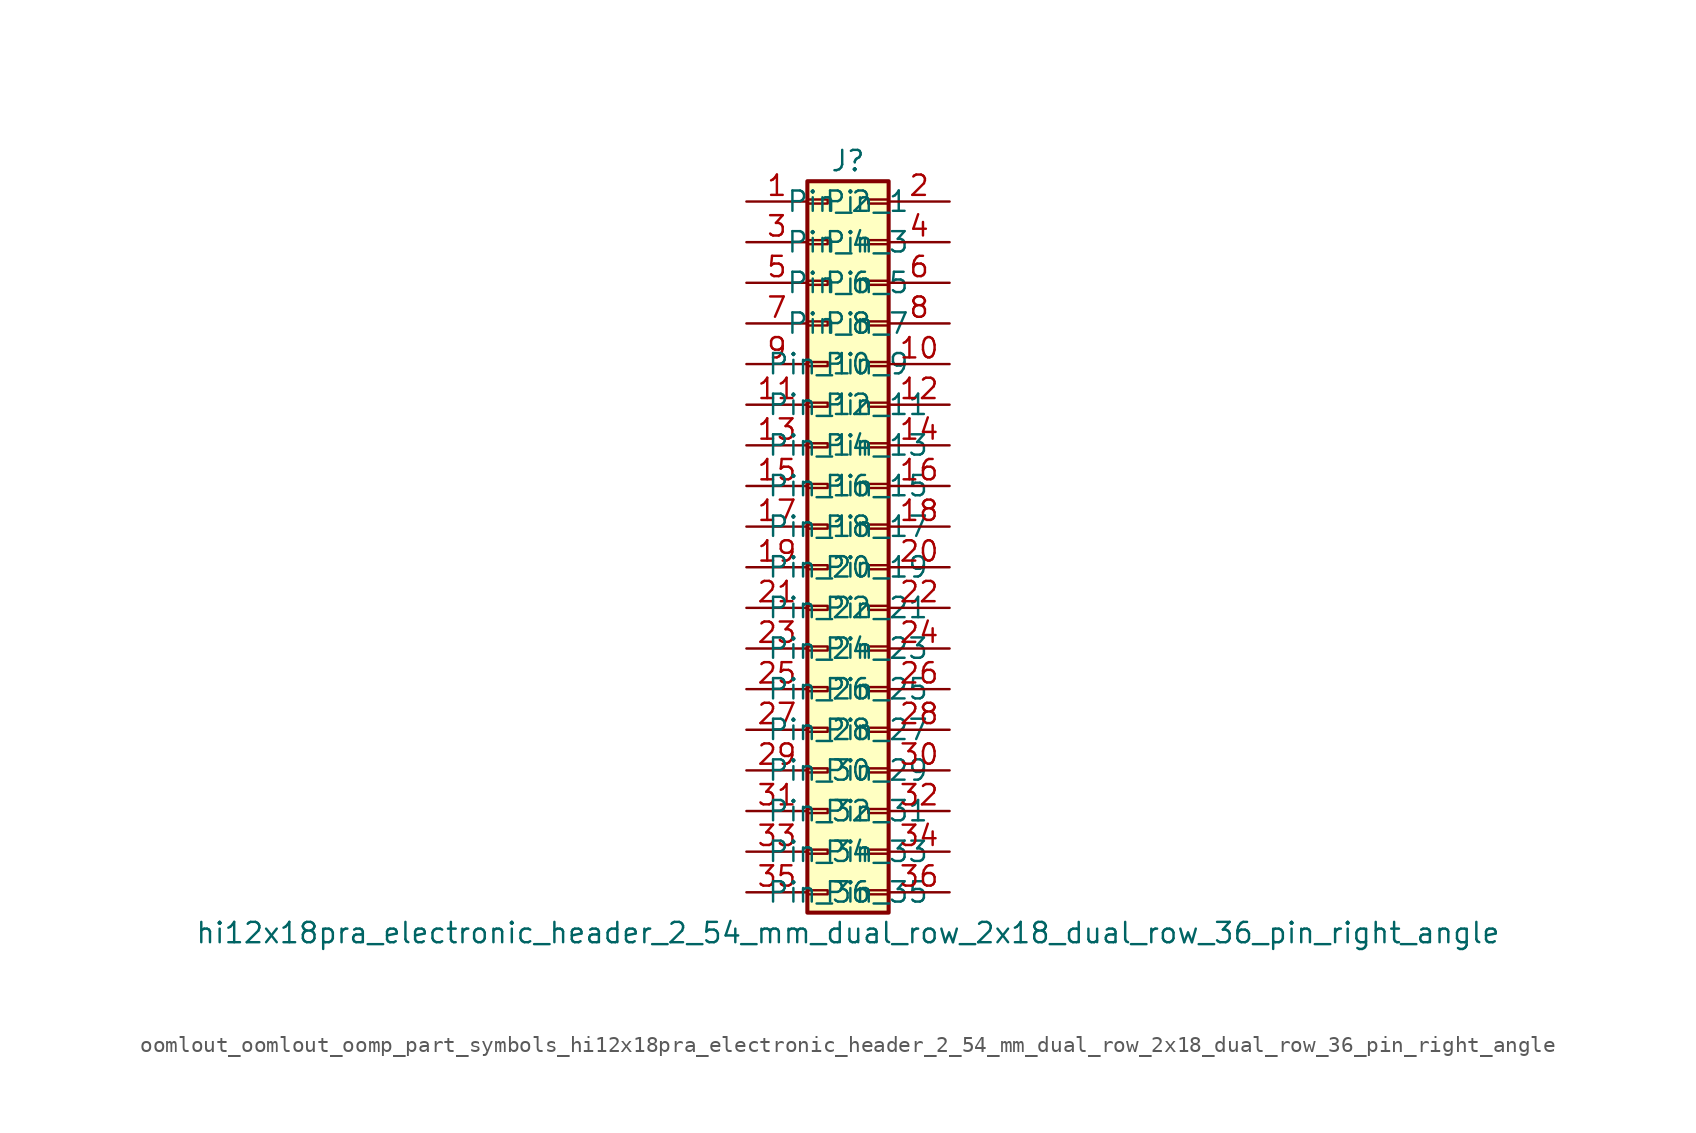
<source format=kicad_sym>
(kicad_symbol_lib
  (version 20220914)
  (generator kicad_symbol_editor)
  (symbol "oomlout_oomlout_oomp_part_symbols_hi12x18pra_electronic_header_2_54_mm_dual_row_2x18_dual_row_36_pin_right_angle"
    (pin_names
      (offset 1.016))
    (property "Reference" "J"
      (at 1.27 22.86 0)
      (effects (font (size 1.27 1.27))))
    (property "Value" "hi12x18pra_electronic_header_2_54_mm_dual_row_2x18_dual_row_36_pin_right_angle"
      (at 1.27 -25.4 0)
      (effects (font (size 1.27 1.27))))
    (symbol "oomlout_oomlout_oomp_part_symbols_hi12x18pra_electronic_header_2_54_mm_dual_row_2x18_dual_row_36_pin_right_angle_1_1"
      (rectangle (start -1.27 -22.733) (end 0 -22.987) (stroke (width 0.152) (type default)) (fill (type none)))
      (rectangle (start -1.27 -20.193) (end 0 -20.447) (stroke (width 0.152) (type default)) (fill (type none)))
      (rectangle (start -1.27 -17.653) (end 0 -17.907) (stroke (width 0.152) (type default)) (fill (type none)))
      (rectangle (start -1.27 -15.113) (end 0 -15.367) (stroke (width 0.152) (type default)) (fill (type none)))
      (rectangle (start -1.27 -12.573) (end 0 -12.827) (stroke (width 0.152) (type default)) (fill (type none)))
      (rectangle (start -1.27 -10.033) (end 0 -10.287) (stroke (width 0.152) (type default)) (fill (type none)))
      (rectangle (start -1.27 -7.493) (end 0 -7.747) (stroke (width 0.152) (type default)) (fill (type none)))
      (rectangle (start -1.27 -4.953) (end 0 -5.207) (stroke (width 0.152) (type default)) (fill (type none)))
      (rectangle (start -1.27 -2.413) (end 0 -2.667) (stroke (width 0.152) (type default)) (fill (type none)))
      (rectangle (start -1.27 0.127) (end 0 -0.127) (stroke (width 0.152) (type default)) (fill (type none)))
      (rectangle (start -1.27 2.667) (end 0 2.413) (stroke (width 0.152) (type default)) (fill (type none)))
      (rectangle (start -1.27 5.207) (end 0 4.953) (stroke (width 0.152) (type default)) (fill (type none)))
      (rectangle (start -1.27 7.747) (end 0 7.493) (stroke (width 0.152) (type default)) (fill (type none)))
      (rectangle (start -1.27 10.287) (end 0 10.033) (stroke (width 0.152) (type default)) (fill (type none)))
      (rectangle (start -1.27 12.827) (end 0 12.573) (stroke (width 0.152) (type default)) (fill (type none)))
      (rectangle (start -1.27 15.367) (end 0 15.113) (stroke (width 0.152) (type default)) (fill (type none)))
      (rectangle (start -1.27 17.907) (end 0 17.653) (stroke (width 0.152) (type default)) (fill (type none)))
      (rectangle (start -1.27 20.447) (end 0 20.193) (stroke (width 0.152) (type default)) (fill (type none)))
      (rectangle (start -1.27 21.59) (end 3.81 -24.13) (stroke (width 0.254) (type default)) (fill (type background)))
      (rectangle (start 3.81 -22.733) (end 2.54 -22.987) (stroke (width 0.152) (type default)) (fill (type none)))
      (rectangle (start 3.81 -20.193) (end 2.54 -20.447) (stroke (width 0.152) (type default)) (fill (type none)))
      (rectangle (start 3.81 -17.653) (end 2.54 -17.907) (stroke (width 0.152) (type default)) (fill (type none)))
      (rectangle (start 3.81 -15.113) (end 2.54 -15.367) (stroke (width 0.152) (type default)) (fill (type none)))
      (rectangle (start 3.81 -12.573) (end 2.54 -12.827) (stroke (width 0.152) (type default)) (fill (type none)))
      (rectangle (start 3.81 -10.033) (end 2.54 -10.287) (stroke (width 0.152) (type default)) (fill (type none)))
      (rectangle (start 3.81 -7.493) (end 2.54 -7.747) (stroke (width 0.152) (type default)) (fill (type none)))
      (rectangle (start 3.81 -4.953) (end 2.54 -5.207) (stroke (width 0.152) (type default)) (fill (type none)))
      (rectangle (start 3.81 -2.413) (end 2.54 -2.667) (stroke (width 0.152) (type default)) (fill (type none)))
      (rectangle (start 3.81 0.127) (end 2.54 -0.127) (stroke (width 0.152) (type default)) (fill (type none)))
      (rectangle (start 3.81 2.667) (end 2.54 2.413) (stroke (width 0.152) (type default)) (fill (type none)))
      (rectangle (start 3.81 5.207) (end 2.54 4.953) (stroke (width 0.152) (type default)) (fill (type none)))
      (rectangle (start 3.81 7.747) (end 2.54 7.493) (stroke (width 0.152) (type default)) (fill (type none)))
      (rectangle (start 3.81 10.287) (end 2.54 10.033) (stroke (width 0.152) (type default)) (fill (type none)))
      (rectangle (start 3.81 12.827) (end 2.54 12.573) (stroke (width 0.152) (type default)) (fill (type none)))
      (rectangle (start 3.81 15.367) (end 2.54 15.113) (stroke (width 0.152) (type default)) (fill (type none)))
      (rectangle (start 3.81 17.907) (end 2.54 17.653) (stroke (width 0.152) (type default)) (fill (type none)))
      (rectangle (start 3.81 20.447) (end 2.54 20.193) (stroke (width 0.152) (type default)) (fill (type none)))
      (pin passive line (at -5.08 20.32 0) (length 3.81) (name "Pin_1" (effects (font (size 1.27 1.27)))) (number "1" (effects (font (size 1.27 1.27)))))
      (pin passive line (at 7.62 10.16 180) (length 3.81) (name "Pin_10" (effects (font (size 1.27 1.27)))) (number "10" (effects (font (size 1.27 1.27)))))
      (pin passive line (at -5.08 7.62 0) (length 3.81) (name "Pin_11" (effects (font (size 1.27 1.27)))) (number "11" (effects (font (size 1.27 1.27)))))
      (pin passive line (at 7.62 7.62 180) (length 3.81) (name "Pin_12" (effects (font (size 1.27 1.27)))) (number "12" (effects (font (size 1.27 1.27)))))
      (pin passive line (at -5.08 5.08 0) (length 3.81) (name "Pin_13" (effects (font (size 1.27 1.27)))) (number "13" (effects (font (size 1.27 1.27)))))
      (pin passive line (at 7.62 5.08 180) (length 3.81) (name "Pin_14" (effects (font (size 1.27 1.27)))) (number "14" (effects (font (size 1.27 1.27)))))
      (pin passive line (at -5.08 2.54 0) (length 3.81) (name "Pin_15" (effects (font (size 1.27 1.27)))) (number "15" (effects (font (size 1.27 1.27)))))
      (pin passive line (at 7.62 2.54 180) (length 3.81) (name "Pin_16" (effects (font (size 1.27 1.27)))) (number "16" (effects (font (size 1.27 1.27)))))
      (pin passive line (at -5.08 0 0) (length 3.81) (name "Pin_17" (effects (font (size 1.27 1.27)))) (number "17" (effects (font (size 1.27 1.27)))))
      (pin passive line (at 7.62 0 180) (length 3.81) (name "Pin_18" (effects (font (size 1.27 1.27)))) (number "18" (effects (font (size 1.27 1.27)))))
      (pin passive line (at -5.08 -2.54 0) (length 3.81) (name "Pin_19" (effects (font (size 1.27 1.27)))) (number "19" (effects (font (size 1.27 1.27)))))
      (pin passive line (at 7.62 20.32 180) (length 3.81) (name "Pin_2" (effects (font (size 1.27 1.27)))) (number "2" (effects (font (size 1.27 1.27)))))
      (pin passive line (at 7.62 -2.54 180) (length 3.81) (name "Pin_20" (effects (font (size 1.27 1.27)))) (number "20" (effects (font (size 1.27 1.27)))))
      (pin passive line (at -5.08 -5.08 0) (length 3.81) (name "Pin_21" (effects (font (size 1.27 1.27)))) (number "21" (effects (font (size 1.27 1.27)))))
      (pin passive line (at 7.62 -5.08 180) (length 3.81) (name "Pin_22" (effects (font (size 1.27 1.27)))) (number "22" (effects (font (size 1.27 1.27)))))
      (pin passive line (at -5.08 -7.62 0) (length 3.81) (name "Pin_23" (effects (font (size 1.27 1.27)))) (number "23" (effects (font (size 1.27 1.27)))))
      (pin passive line (at 7.62 -7.62 180) (length 3.81) (name "Pin_24" (effects (font (size 1.27 1.27)))) (number "24" (effects (font (size 1.27 1.27)))))
      (pin passive line (at -5.08 -10.16 0) (length 3.81) (name "Pin_25" (effects (font (size 1.27 1.27)))) (number "25" (effects (font (size 1.27 1.27)))))
      (pin passive line (at 7.62 -10.16 180) (length 3.81) (name "Pin_26" (effects (font (size 1.27 1.27)))) (number "26" (effects (font (size 1.27 1.27)))))
      (pin passive line (at -5.08 -12.7 0) (length 3.81) (name "Pin_27" (effects (font (size 1.27 1.27)))) (number "27" (effects (font (size 1.27 1.27)))))
      (pin passive line (at 7.62 -12.7 180) (length 3.81) (name "Pin_28" (effects (font (size 1.27 1.27)))) (number "28" (effects (font (size 1.27 1.27)))))
      (pin passive line (at -5.08 -15.24 0) (length 3.81) (name "Pin_29" (effects (font (size 1.27 1.27)))) (number "29" (effects (font (size 1.27 1.27)))))
      (pin passive line (at -5.08 17.78 0) (length 3.81) (name "Pin_3" (effects (font (size 1.27 1.27)))) (number "3" (effects (font (size 1.27 1.27)))))
      (pin passive line (at 7.62 -15.24 180) (length 3.81) (name "Pin_30" (effects (font (size 1.27 1.27)))) (number "30" (effects (font (size 1.27 1.27)))))
      (pin passive line (at -5.08 -17.78 0) (length 3.81) (name "Pin_31" (effects (font (size 1.27 1.27)))) (number "31" (effects (font (size 1.27 1.27)))))
      (pin passive line (at 7.62 -17.78 180) (length 3.81) (name "Pin_32" (effects (font (size 1.27 1.27)))) (number "32" (effects (font (size 1.27 1.27)))))
      (pin passive line (at -5.08 -20.32 0) (length 3.81) (name "Pin_33" (effects (font (size 1.27 1.27)))) (number "33" (effects (font (size 1.27 1.27)))))
      (pin passive line (at 7.62 -20.32 180) (length 3.81) (name "Pin_34" (effects (font (size 1.27 1.27)))) (number "34" (effects (font (size 1.27 1.27)))))
      (pin passive line (at -5.08 -22.86 0) (length 3.81) (name "Pin_35" (effects (font (size 1.27 1.27)))) (number "35" (effects (font (size 1.27 1.27)))))
      (pin passive line (at 7.62 -22.86 180) (length 3.81) (name "Pin_36" (effects (font (size 1.27 1.27)))) (number "36" (effects (font (size 1.27 1.27)))))
      (pin passive line (at 7.62 17.78 180) (length 3.81) (name "Pin_4" (effects (font (size 1.27 1.27)))) (number "4" (effects (font (size 1.27 1.27)))))
      (pin passive line (at -5.08 15.24 0) (length 3.81) (name "Pin_5" (effects (font (size 1.27 1.27)))) (number "5" (effects (font (size 1.27 1.27)))))
      (pin passive line (at 7.62 15.24 180) (length 3.81) (name "Pin_6" (effects (font (size 1.27 1.27)))) (number "6" (effects (font (size 1.27 1.27)))))
      (pin passive line (at -5.08 12.7 0) (length 3.81) (name "Pin_7" (effects (font (size 1.27 1.27)))) (number "7" (effects (font (size 1.27 1.27)))))
      (pin passive line (at 7.62 12.7 180) (length 3.81) (name "Pin_8" (effects (font (size 1.27 1.27)))) (number "8" (effects (font (size 1.27 1.27)))))
      (pin passive line (at -5.08 10.16 0) (length 3.81) (name "Pin_9" (effects (font (size 1.27 1.27)))) (number "9" (effects (font (size 1.27 1.27))))))))
</source>
